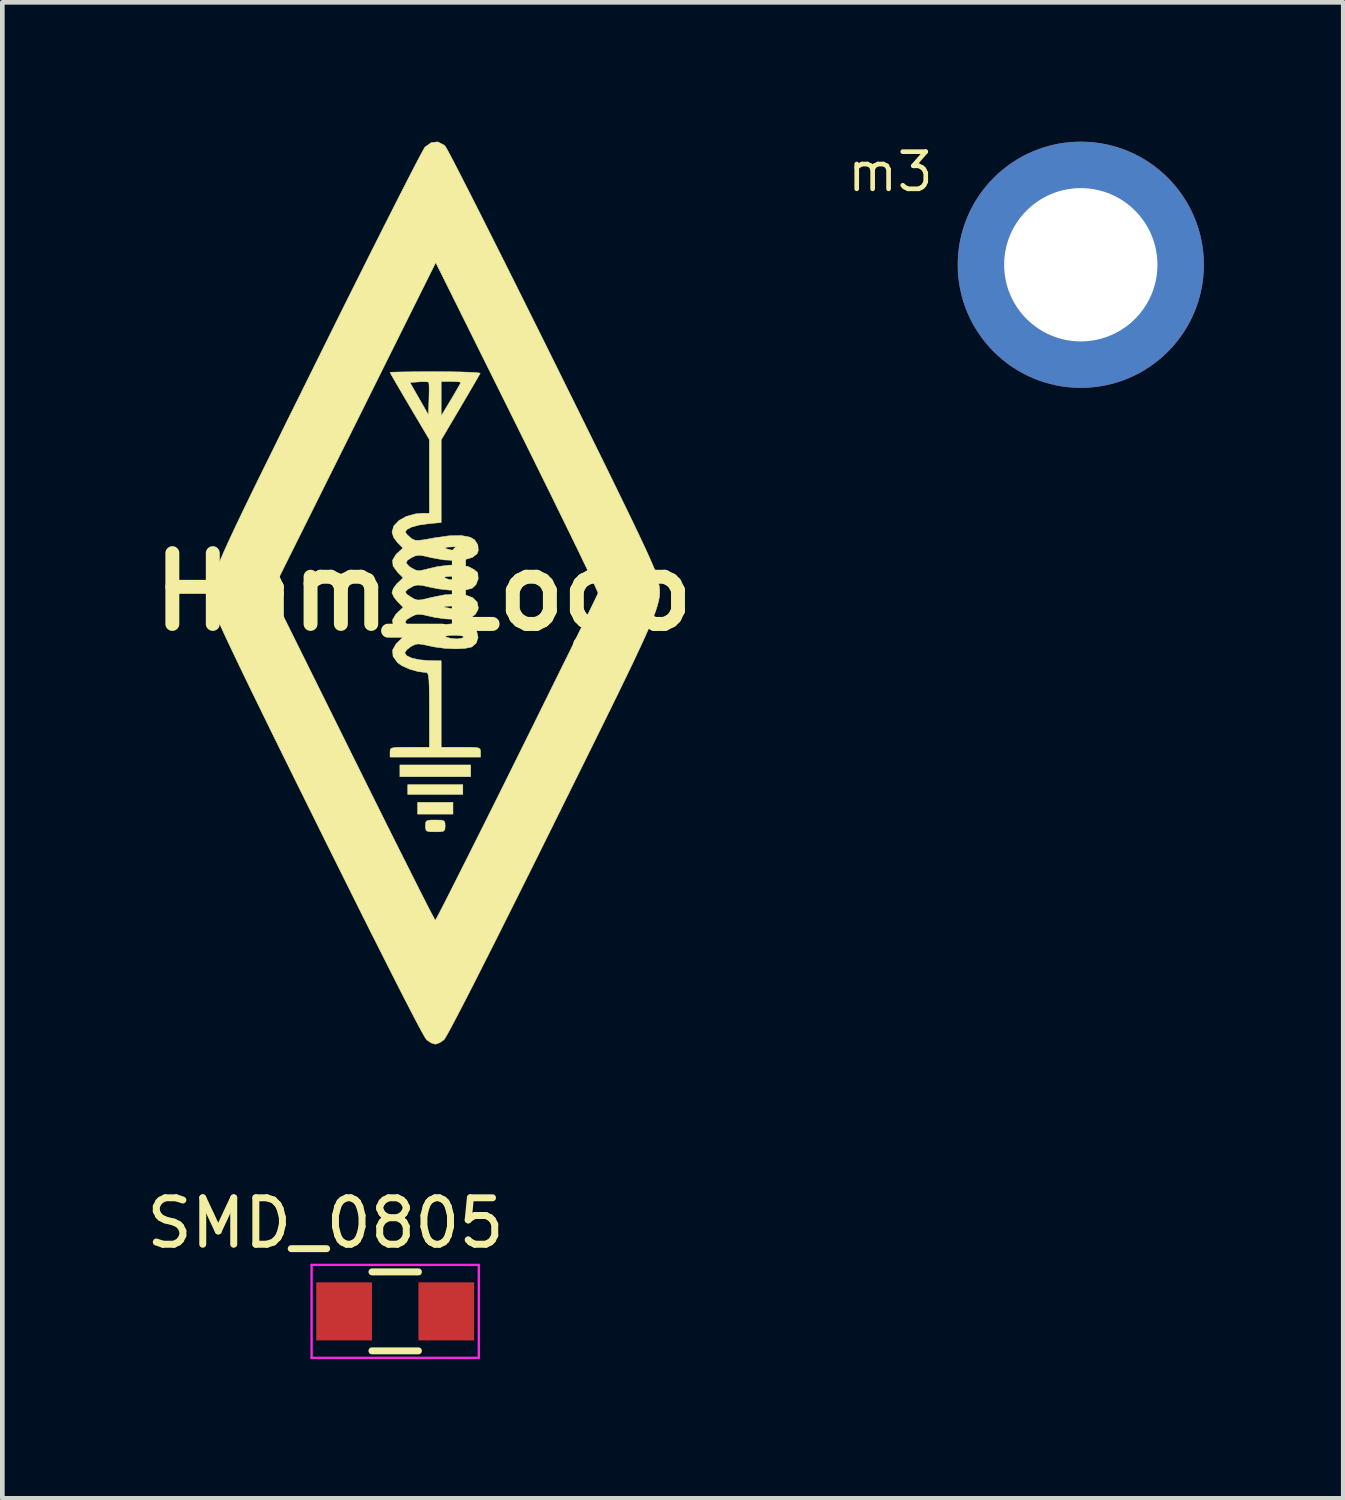
<source format=kicad_pcb>
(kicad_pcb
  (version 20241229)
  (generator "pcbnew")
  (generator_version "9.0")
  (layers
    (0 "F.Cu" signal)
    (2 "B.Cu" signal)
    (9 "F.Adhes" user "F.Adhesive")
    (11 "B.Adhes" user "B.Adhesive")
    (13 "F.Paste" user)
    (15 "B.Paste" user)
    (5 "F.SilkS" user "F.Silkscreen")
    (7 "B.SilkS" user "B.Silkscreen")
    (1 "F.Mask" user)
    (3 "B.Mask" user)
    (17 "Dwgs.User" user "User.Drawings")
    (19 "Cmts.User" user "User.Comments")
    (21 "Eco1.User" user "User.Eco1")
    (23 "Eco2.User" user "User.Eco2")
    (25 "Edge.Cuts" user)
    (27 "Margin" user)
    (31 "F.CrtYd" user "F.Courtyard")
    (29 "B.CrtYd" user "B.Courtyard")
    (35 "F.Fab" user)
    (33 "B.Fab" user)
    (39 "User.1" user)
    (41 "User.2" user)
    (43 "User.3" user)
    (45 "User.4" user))
  (footprint "SMD_0805"
    (layer "F.Cu")
    (at 5.458 25.182)
    (property "Reference" "SMD_0805" (at -1.5 -1.9 0) (layer "F.SilkS") (effects (font (size 1 1) (thickness 0.15))))
    (attr smd)
    (fp_line (start -0.5 0.85) (end 0.5 0.85) (stroke (width 0.15) (type solid)) (layer "F.SilkS"))
    (fp_line (start 0.5 -0.85) (end -0.5 -0.85) (stroke (width 0.15) (type solid)) (layer "F.SilkS"))
    (fp_line (start -1.8 -1) (end -1.8 1) (stroke (width 0.05) (type solid)) (layer "F.CrtYd"))
    (fp_line (start -1.8 -1) (end 1.8 -1) (stroke (width 0.05) (type solid)) (layer "F.CrtYd"))
    (fp_line (start -1.8 1) (end 1.8 1) (stroke (width 0.05) (type solid)) (layer "F.CrtYd"))
    (fp_line (start 1.8 -1) (end 1.8 1) (stroke (width 0.05) (type solid)) (layer "F.CrtYd"))
    (pad "1" smd rect (at -1.1 0) (size 1.2 1.25) (layers "F.Cu" "F.Mask" "F.Paste"))
    (pad "2" smd rect (at 1.1 0) (size 1.2 1.25) (layers "F.Cu" "F.Mask" "F.Paste")))
  (footprint "Ham_Logo"
    (layer "F.Cu")
    (at 6.067 9.693)
    (property "Reference" "Ham_Logo" (at 0 0 0) (layer "F.SilkS") (effects (font (size 1.524 1.524) (thickness 0.3))))
    (attr through_hole)
    (fp_poly (pts (xy 0.635 4.784) (xy -0.127 4.784) (xy -0.127 4.53) (xy 0.635 4.53) (xy 0.635 4.784)) (stroke (width 0.01) (type solid)) (fill yes) (layer "F.SilkS"))
    (fp_poly (pts (xy 0.847 4.36) (xy -0.339 4.36) (xy -0.339 4.149) (xy 0.847 4.149) (xy 0.847 4.36)) (stroke (width 0.01) (type solid)) (fill yes) (layer "F.SilkS"))
    (fp_poly (pts (xy 1.016 3.979) (xy -0.508 3.979) (xy -0.508 3.725) (xy 1.016 3.725) (xy 1.016 3.979)) (stroke (width 0.01) (type solid)) (fill yes) (layer "F.SilkS"))
    (fp_poly (pts (xy 0.379 4.913) (xy 0.442 4.931) (xy 0.463 4.975) (xy 0.466 5.038) (xy 0.461 5.113) (xy 0.433 5.15) (xy 0.359 5.163) (xy 0.254 5.165) (xy 0.129 5.162) (xy 0.066 5.145) (xy 0.045 5.1) (xy 0.042 5.038) (xy 0.047 4.962) (xy 0.075 4.925) (xy 0.149 4.912) (xy 0.254 4.911) (xy 0.379 4.913)) (stroke (width 0.01) (type solid)) (fill yes) (layer "F.SilkS"))
    (fp_poly (pts (xy 0.44 -9.621) (xy 0.467 -9.596) (xy 0.498 -9.546) (xy 0.564 -9.424) (xy 0.662 -9.237) (xy 0.79 -8.988) (xy 0.947 -8.682) (xy 1.128 -8.325) (xy 1.332 -7.92) (xy 1.557 -7.473) (xy 1.8 -6.989) (xy 2.058 -6.472) (xy 2.329 -5.927) (xy 2.611 -5.36) (xy 2.783 -5.013) (xy 3.131 -4.31) (xy 3.443 -3.678) (xy 3.721 -3.114) (xy 3.967 -2.615) (xy 4.181 -2.176) (xy 4.367 -1.793) (xy 4.527 -1.463) (xy 4.661 -1.182) (xy 4.772 -0.945) (xy 4.861 -0.75) (xy 4.931 -0.591) (xy 4.983 -0.466) (xy 5.02 -0.371) (xy 5.042 -0.301) (xy 5.051 -0.265) (xy 5.064 -0.187) (xy 5.076 -0.116) (xy 5.084 -0.047) (xy 5.085 0.025) (xy 5.079 0.103) (xy 5.063 0.192) (xy 5.035 0.297) (xy 4.995 0.422) (xy 4.939 0.57) (xy 4.866 0.747) (xy 4.774 0.956) (xy 4.661 1.202) (xy 4.526 1.49) (xy 4.366 1.823) (xy 4.18 2.206) (xy 3.966 2.643) (xy 3.722 3.138) (xy 3.446 3.697) (xy 3.136 4.322) (xy 2.791 5.019) (xy 2.776 5.05) (xy 2.434 5.739) (xy 2.114 6.382) (xy 1.817 6.976) (xy 1.546 7.518) (xy 1.3 8.005) (xy 1.083 8.434) (xy 0.894 8.803) (xy 0.736 9.108) (xy 0.61 9.348) (xy 0.517 9.518) (xy 0.459 9.617) (xy 0.442 9.641) (xy 0.344 9.708) (xy 0.257 9.737) (xy 0.254 9.737) (xy 0.168 9.71) (xy 0.07 9.645) (xy 0.066 9.641) (xy 0.031 9.589) (xy -0.04 9.463) (xy -0.145 9.266) (xy -0.283 9.002) (xy -0.453 8.672) (xy -0.652 8.281) (xy -0.88 7.829) (xy -1.136 7.322) (xy -1.417 6.76) (xy -1.722 6.147) (xy -2.051 5.486) (xy -2.266 5.051) (xy -2.621 4.334) (xy -2.939 3.69) (xy -3.223 3.114) (xy -3.473 2.603) (xy -3.693 2.153) (xy -3.882 1.762) (xy -4.044 1.425) (xy -4.18 1.139) (xy -4.292 0.901) (xy -4.38 0.706) (xy -4.447 0.552) (xy -4.495 0.434) (xy -4.526 0.35) (xy -4.539 0.299) (xy -4.554 0.221) (xy -4.567 0.149) (xy -4.575 0.079) (xy -4.578 0.01) (xy -3.27 0.01) (xy -1.521 3.54) (xy -1.268 4.05) (xy -1.025 4.539) (xy -0.796 5) (xy -0.582 5.428) (xy -0.386 5.818) (xy -0.212 6.165) (xy -0.061 6.464) (xy 0.064 6.709) (xy 0.159 6.895) (xy 0.223 7.016) (xy 0.253 7.068) (xy 0.254 7.07) (xy 0.277 7.033) (xy 0.334 6.925) (xy 0.423 6.752) (xy 0.542 6.519) (xy 0.687 6.231) (xy 0.857 5.894) (xy 1.048 5.513) (xy 1.259 5.092) (xy 1.485 4.639) (xy 1.725 4.157) (xy 1.975 3.652) (xy 2.014 3.574) (xy 2.266 3.065) (xy 2.507 2.577) (xy 2.735 2.115) (xy 2.947 1.686) (xy 3.141 1.294) (xy 3.312 0.944) (xy 3.46 0.643) (xy 3.581 0.395) (xy 3.673 0.207) (xy 3.733 0.082) (xy 3.758 0.027) (xy 3.759 0.025) (xy 3.742 -0.019) (xy 3.69 -0.135) (xy 3.606 -0.315) (xy 3.491 -0.555) (xy 3.35 -0.849) (xy 3.183 -1.192) (xy 2.994 -1.579) (xy 2.786 -2.004) (xy 2.56 -2.462) (xy 2.321 -2.947) (xy 2.069 -3.455) (xy 2.018 -3.559) (xy 0.264 -7.091) (xy -1.503 -3.54) (xy -3.27 0.01) (xy -4.578 0.01) (xy -4.578 0.007) (xy -4.572 -0.071) (xy -4.557 -0.16) (xy -4.531 -0.265) (xy -4.491 -0.388) (xy -4.436 -0.536) (xy -4.364 -0.711) (xy -4.273 -0.919) (xy -4.161 -1.164) (xy -4.027 -1.45) (xy -3.868 -1.782) (xy -3.683 -2.163) (xy -3.47 -2.598) (xy -3.226 -3.092) (xy -2.952 -3.649) (xy -2.643 -4.272) (xy -2.299 -4.967) (xy -2.285 -4.995) (xy -1.998 -5.574) (xy -1.721 -6.132) (xy -1.454 -6.666) (xy -1.202 -7.17) (xy -0.966 -7.64) (xy -0.749 -8.07) (xy -0.553 -8.457) (xy -0.381 -8.794) (xy -0.235 -9.078) (xy -0.118 -9.303) (xy -0.032 -9.464) (xy 0.02 -9.557) (xy 0.034 -9.578) (xy 0.168 -9.673) (xy 0.307 -9.688) (xy 0.44 -9.621)) (stroke (width 0.01) (type solid)) (fill yes) (layer "F.SilkS"))
    (fp_poly (pts (xy 0.534 -4.74) (xy 0.779 -4.736) (xy 0.981 -4.73) (xy 1.128 -4.722) (xy 1.209 -4.712) (xy 1.221 -4.706) (xy 1.196 -4.661) (xy 1.134 -4.554) (xy 1.044 -4.398) (xy 0.931 -4.205) (xy 0.802 -3.987) (xy 0.794 -3.972) (xy 0.381 -3.273) (xy 0.381 -1.494) (xy 0.104 -1.468) (xy -0.099 -1.439) (xy -0.258 -1.395) (xy -0.36 -1.342) (xy -0.391 -1.291) (xy -0.359 -1.239) (xy -0.284 -1.17) (xy -0.281 -1.168) (xy -0.228 -1.131) (xy -0.175 -1.111) (xy -0.103 -1.109) (xy 0.007 -1.122) (xy 0.176 -1.152) (xy 0.231 -1.163) (xy 0.558 -1.209) (xy 0.818 -1.214) (xy 1.007 -1.176) (xy 1.102 -1.12) (xy 1.171 -1.012) (xy 1.18 -0.888) (xy 1.153 -0.821) (xy 1.054 -0.744) (xy 0.891 -0.695) (xy 0.68 -0.677) (xy 0.435 -0.69) (xy 0.173 -0.736) (xy 0.143 -0.744) (xy -0.006 -0.778) (xy -0.104 -0.789) (xy -0.179 -0.775) (xy -0.251 -0.742) (xy -0.351 -0.677) (xy -0.371 -0.618) (xy -0.31 -0.551) (xy -0.251 -0.512) (xy -0.159 -0.465) (xy -0.077 -0.456) (xy 0.036 -0.481) (xy 0.064 -0.489) (xy 0.307 -0.546) (xy 0.552 -0.576) (xy 0.775 -0.577) (xy 0.951 -0.548) (xy 0.986 -0.536) (xy 1.093 -0.478) (xy 1.162 -0.418) (xy 1.169 -0.404) (xy 1.178 -0.28) (xy 1.129 -0.156) (xy 1.05 -0.08) (xy 0.934 -0.048) (xy 0.76 -0.035) (xy 0.552 -0.04) (xy 0.334 -0.064) (xy 0.137 -0.103) (xy -0.025 -0.14) (xy -0.133 -0.148) (xy -0.212 -0.128) (xy -0.223 -0.123) (xy -0.343 -0.054) (xy -0.389 -0.002) (xy -0.365 0.047) (xy -0.279 0.106) (xy -0.197 0.153) (xy -0.13 0.174) (xy -0.05 0.171) (xy 0.069 0.145) (xy 0.158 0.122) (xy 0.446 0.064) (xy 0.698 0.046) (xy 0.905 0.067) (xy 1.06 0.125) (xy 1.154 0.217) (xy 1.18 0.34) (xy 1.171 0.388) (xy 1.114 0.484) (xy 1.036 0.543) (xy 0.898 0.578) (xy 0.704 0.591) (xy 0.479 0.581) (xy 0.251 0.55) (xy 0.143 0.526) (xy -0.006 0.492) (xy -0.104 0.481) (xy -0.179 0.495) (xy -0.248 0.526) (xy -0.361 0.595) (xy -0.395 0.652) (xy -0.35 0.708) (xy -0.27 0.754) (xy -0.162 0.802) (xy -0.072 0.812) (xy 0.044 0.787) (xy 0.075 0.778) (xy 0.339 0.716) (xy 0.59 0.689) (xy 0.812 0.697) (xy 0.992 0.738) (xy 1.115 0.811) (xy 1.147 0.854) (xy 1.175 0.981) (xy 1.136 1.101) (xy 1.043 1.183) (xy 1.033 1.187) (xy 0.891 1.216) (xy 0.694 1.225) (xy 0.467 1.215) (xy 0.239 1.185) (xy 0.132 1.163) (xy -0.018 1.13) (xy -0.115 1.12) (xy -0.187 1.134) (xy -0.265 1.173) (xy -0.27 1.176) (xy -0.358 1.243) (xy -0.401 1.307) (xy -0.402 1.315) (xy -0.363 1.373) (xy -0.256 1.423) (xy -0.098 1.46) (xy 0.093 1.478) (xy 0.138 1.479) (xy 0.381 1.482) (xy 0.381 3.344) (xy 0.804 3.344) (xy 0.996 3.345) (xy 1.119 3.349) (xy 1.189 3.362) (xy 1.219 3.386) (xy 1.227 3.425) (xy 1.228 3.45) (xy 1.228 3.556) (xy -0.72 3.556) (xy -0.72 3.45) (xy -0.717 3.402) (xy -0.699 3.371) (xy -0.65 3.354) (xy -0.555 3.346) (xy -0.398 3.344) (xy -0.296 3.344) (xy 0.127 3.344) (xy 0.127 2.54) (xy 0.126 2.255) (xy 0.123 2.044) (xy 0.117 1.897) (xy 0.106 1.804) (xy 0.091 1.754) (xy 0.071 1.736) (xy 0.066 1.736) (xy -0.111 1.716) (xy -0.299 1.663) (xy -0.463 1.59) (xy -0.559 1.522) (xy -0.655 1.387) (xy -0.666 1.255) (xy -0.593 1.124) (xy -0.556 1.085) (xy -0.435 0.969) (xy -0.452 0.952) (xy 0.463 0.952) (xy 0.484 0.972) (xy 0.487 0.974) (xy 0.597 1.003) (xy 0.72 1.012) (xy 0.823 0.999) (xy 0.868 0.974) (xy 0.846 0.949) (xy 0.748 0.936) (xy 0.648 0.934) (xy 0.516 0.94) (xy 0.463 0.952) (xy -0.452 0.952) (xy -0.556 0.847) (xy -0.652 0.721) (xy -0.667 0.606) (xy -0.601 0.489) (xy -0.557 0.444) (xy -0.437 0.331) (xy -0.453 0.315) (xy 0.445 0.315) (xy 0.452 0.328) (xy 0.487 0.339) (xy 0.677 0.371) (xy 0.825 0.354) (xy 0.868 0.339) (xy 0.884 0.319) (xy 0.819 0.307) (xy 0.671 0.304) (xy 0.656 0.304) (xy 0.511 0.307) (xy 0.445 0.315) (xy -0.453 0.315) (xy -0.557 0.211) (xy -0.635 0.113) (xy -0.676 0.023) (xy -0.677 0.007) (xy -0.648 -0.076) (xy -0.576 -0.173) (xy -0.557 -0.191) (xy -0.437 -0.304) (xy -0.453 -0.319) (xy 0.453 -0.319) (xy 0.466 -0.296) (xy 0.552 -0.267) (xy 0.669 -0.256) (xy 0.783 -0.262) (xy 0.858 -0.287) (xy 0.868 -0.296) (xy 0.846 -0.321) (xy 0.748 -0.335) (xy 0.648 -0.338) (xy 0.511 -0.333) (xy 0.453 -0.319) (xy -0.453 -0.319) (xy -0.557 -0.424) (xy -0.654 -0.556) (xy -0.667 -0.679) (xy -0.596 -0.801) (xy -0.56 -0.837) (xy -0.443 -0.944) (xy -0.452 -0.953) (xy 0.463 -0.953) (xy 0.484 -0.933) (xy 0.487 -0.931) (xy 0.597 -0.902) (xy 0.72 -0.893) (xy 0.823 -0.906) (xy 0.868 -0.931) (xy 0.846 -0.956) (xy 0.748 -0.969) (xy 0.648 -0.971) (xy 0.516 -0.965) (xy 0.463 -0.953) (xy -0.452 -0.953) (xy -0.56 -1.062) (xy -0.644 -1.176) (xy -0.677 -1.288) (xy -0.677 -1.29) (xy -0.638 -1.422) (xy -0.529 -1.537) (xy -0.366 -1.627) (xy -0.165 -1.681) (xy -0.011 -1.693) (xy 0.127 -1.693) (xy 0.126 -3.281) (xy -0.297 -3.995) (xy -0.427 -4.216) (xy -0.54 -4.41) (xy -0.598 -4.508) (xy -0.291 -4.508) (xy -0.093 -4.161) (xy 0.106 -3.813) (xy 0.118 -4.155) (xy 0.122 -4.316) (xy 0.121 -4.442) (xy 0.115 -4.51) (xy 0.112 -4.516) (xy 0.063 -4.525) (xy -0.041 -4.525) (xy -0.099 -4.522) (xy -0.291 -4.508) (xy -0.598 -4.508) (xy -0.61 -4.53) (xy 0.381 -4.53) (xy 0.381 -4.159) (xy 0.381 -3.789) (xy 0.593 -4.141) (xy 0.683 -4.293) (xy 0.754 -4.416) (xy 0.797 -4.493) (xy 0.804 -4.511) (xy 0.766 -4.522) (xy 0.669 -4.528) (xy 0.593 -4.53) (xy 0.381 -4.53) (xy -0.61 -4.53) (xy -0.632 -4.567) (xy -0.693 -4.675) (xy -0.719 -4.724) (xy -0.72 -4.725) (xy -0.679 -4.73) (xy -0.566 -4.734) (xy -0.392 -4.737) (xy -0.168 -4.74) (xy 0.093 -4.741) (xy 0.258 -4.741) (xy 0.534 -4.74)) (stroke (width 0.01) (type solid)) (fill yes) (layer "F.SilkS")))
  (footprint "m3"
    (layer "F.Cu")
    (at 20.218 2.65)
    (property "Reference" "m3" (at -4.1 -2 0) (layer "F.SilkS") (effects (font (size 0.8 0.8) (thickness 0.1))))
    (attr through_hole)
    (pad "1" thru_hole circle (at 0 0) (size 5.3 5.3) (drill 3.3) (layers "*.Cu" "*.Mask")))
  (gr_rect
    (start -3 -3)
    (end 25.868 29.207)
    (stroke (width 0.1) (type default))
    (fill no)
    (layer "Edge.Cuts")))
</source>
